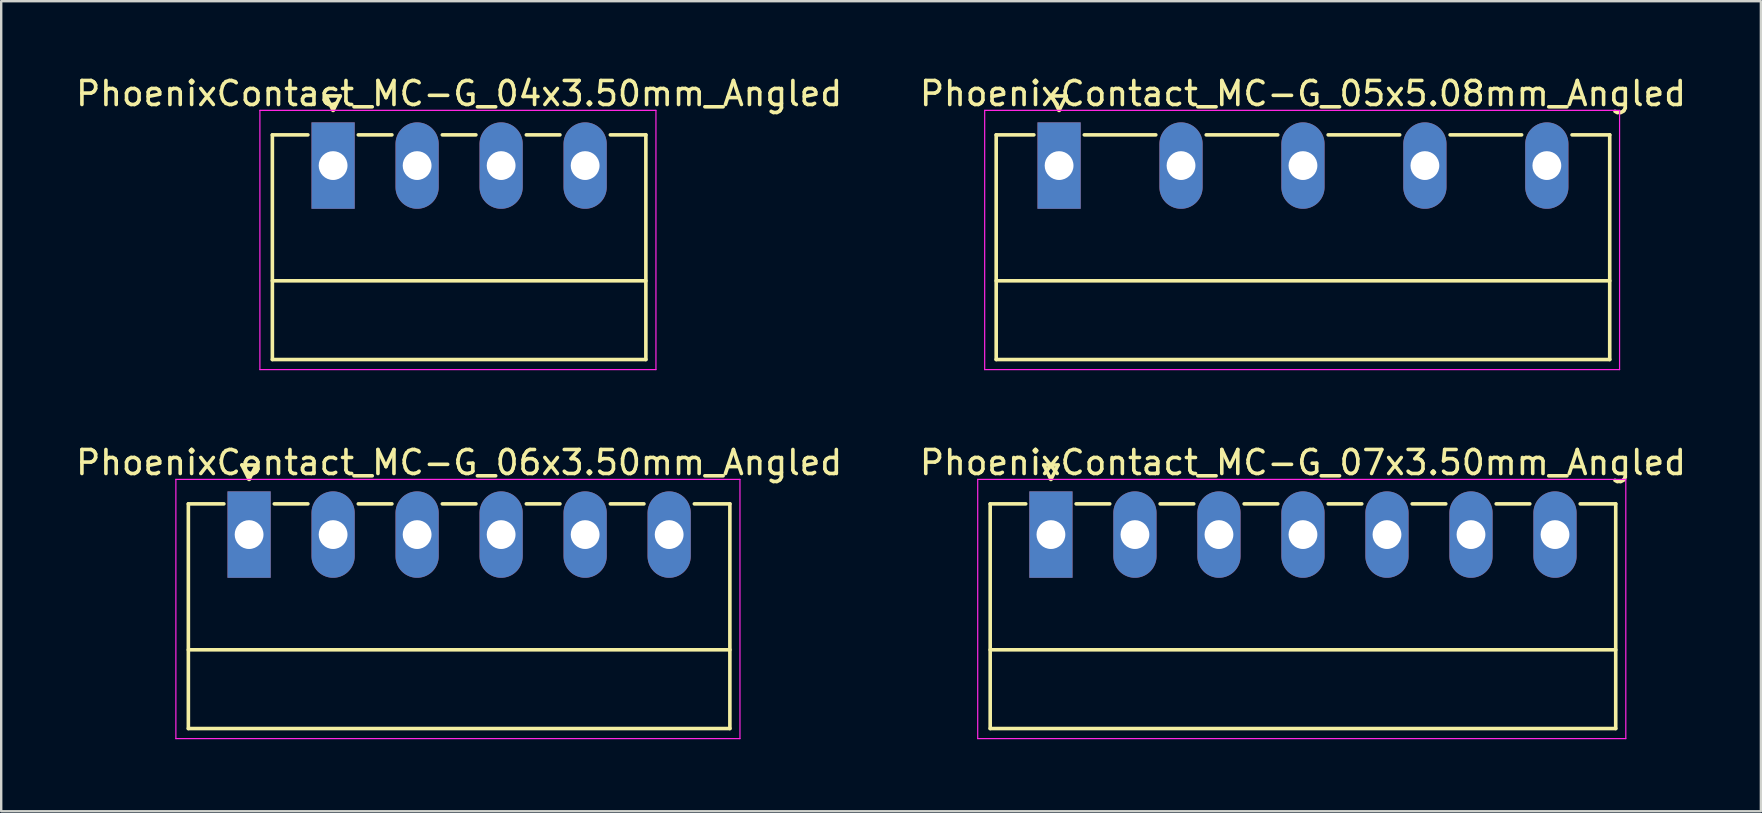
<source format=kicad_pcb>
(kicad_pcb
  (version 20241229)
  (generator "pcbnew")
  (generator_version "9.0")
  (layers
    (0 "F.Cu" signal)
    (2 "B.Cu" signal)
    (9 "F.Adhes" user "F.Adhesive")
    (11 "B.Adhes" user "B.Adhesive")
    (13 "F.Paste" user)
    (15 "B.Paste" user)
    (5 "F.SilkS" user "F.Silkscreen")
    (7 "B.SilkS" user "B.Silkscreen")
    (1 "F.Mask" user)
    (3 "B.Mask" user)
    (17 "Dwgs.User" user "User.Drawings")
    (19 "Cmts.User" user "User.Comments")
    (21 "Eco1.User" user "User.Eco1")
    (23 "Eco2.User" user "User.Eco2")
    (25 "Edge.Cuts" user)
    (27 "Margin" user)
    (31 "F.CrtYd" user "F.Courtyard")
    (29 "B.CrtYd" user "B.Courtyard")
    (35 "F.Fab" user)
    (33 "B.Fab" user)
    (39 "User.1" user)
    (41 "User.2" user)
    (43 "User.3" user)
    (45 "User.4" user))
  (footprint "PhoenixContact_MC-G_07x3.50mm_Angled"
    (layer "F.Cu")
    (at 40.732 19.221)
    (property "Reference" "PhoenixContact_MC-G_07x3.50mm_Angled" (at 10.5 -3 0) (layer "F.SilkS") (effects (font (size 1 1) (thickness 0.15))))
    (attr through_hole)
    (fp_line (start -2.53 -1.28) (end -2.53 8.08) (stroke (width 0.15) (type solid)) (layer "F.SilkS"))
    (fp_line (start -2.53 -1.28) (end -1.05 -1.28) (stroke (width 0.15) (type solid)) (layer "F.SilkS"))
    (fp_line (start -2.53 4.8) (end 23.53 4.8) (stroke (width 0.15) (type solid)) (layer "F.SilkS"))
    (fp_line (start -2.53 8.08) (end 23.53 8.08) (stroke (width 0.15) (type solid)) (layer "F.SilkS"))
    (fp_line (start -0.3 -2.9) (end 0 -2.3) (stroke (width 0.15) (type solid)) (layer "F.SilkS"))
    (fp_line (start 0 -2.3) (end 0.3 -2.9) (stroke (width 0.15) (type solid)) (layer "F.SilkS"))
    (fp_line (start 0.3 -2.9) (end -0.3 -2.9) (stroke (width 0.15) (type solid)) (layer "F.SilkS"))
    (fp_line (start 1.05 -1.28) (end 2.45 -1.28) (stroke (width 0.15) (type solid)) (layer "F.SilkS"))
    (fp_line (start 4.55 -1.28) (end 5.95 -1.28) (stroke (width 0.15) (type solid)) (layer "F.SilkS"))
    (fp_line (start 8.05 -1.28) (end 9.45 -1.28) (stroke (width 0.15) (type solid)) (layer "F.SilkS"))
    (fp_line (start 11.55 -1.28) (end 12.95 -1.28) (stroke (width 0.15) (type solid)) (layer "F.SilkS"))
    (fp_line (start 15.05 -1.28) (end 16.45 -1.28) (stroke (width 0.15) (type solid)) (layer "F.SilkS"))
    (fp_line (start 18.55 -1.28) (end 19.95 -1.28) (stroke (width 0.15) (type solid)) (layer "F.SilkS"))
    (fp_line (start 23.53 -1.28) (end 22.05 -1.28) (stroke (width 0.15) (type solid)) (layer "F.SilkS"))
    (fp_line (start 23.53 8.08) (end 23.53 -1.28) (stroke (width 0.15) (type solid)) (layer "F.SilkS"))
    (fp_line (start -3.05 -2.3) (end -3.05 8.5) (stroke (width 0.05) (type solid)) (layer "F.CrtYd"))
    (fp_line (start -3.05 8.5) (end 23.95 8.5) (stroke (width 0.05) (type solid)) (layer "F.CrtYd"))
    (fp_line (start 23.95 -2.3) (end -3.05 -2.3) (stroke (width 0.05) (type solid)) (layer "F.CrtYd"))
    (fp_line (start 23.95 8.5) (end 23.95 -2.3) (stroke (width 0.05) (type solid)) (layer "F.CrtYd"))
    (pad "1" thru_hole rect (at 0 0) (size 1.8 3.6) (drill 1.2) (layers "*.Cu" "*.Mask"))
    (pad "2" thru_hole oval (at 3.5 0) (size 1.8 3.6) (drill 1.2) (layers "*.Cu" "*.Mask"))
    (pad "3" thru_hole oval (at 7 0) (size 1.8 3.6) (drill 1.2) (layers "*.Cu" "*.Mask"))
    (pad "4" thru_hole oval (at 10.5 0) (size 1.8 3.6) (drill 1.2) (layers "*.Cu" "*.Mask"))
    (pad "5" thru_hole oval (at 14 0) (size 1.8 3.6) (drill 1.2) (layers "*.Cu" "*.Mask"))
    (pad "6" thru_hole oval (at 17.5 0) (size 1.8 3.6) (drill 1.2) (layers "*.Cu" "*.Mask"))
    (pad "7" thru_hole oval (at 21 0) (size 1.8 3.6) (drill 1.2) (layers "*.Cu" "*.Mask")))
  (footprint "PhoenixContact_MC-G_06x3.50mm_Angled"
    (layer "F.Cu")
    (at 7.327 19.221)
    (property "Reference" "PhoenixContact_MC-G_06x3.50mm_Angled" (at 8.75 -3 0) (layer "F.SilkS") (effects (font (size 1 1) (thickness 0.15))))
    (attr through_hole)
    (fp_line (start -2.53 -1.28) (end -2.53 8.08) (stroke (width 0.15) (type solid)) (layer "F.SilkS"))
    (fp_line (start -2.53 -1.28) (end -1.05 -1.28) (stroke (width 0.15) (type solid)) (layer "F.SilkS"))
    (fp_line (start -2.53 4.8) (end 20.03 4.8) (stroke (width 0.15) (type solid)) (layer "F.SilkS"))
    (fp_line (start -2.53 8.08) (end 20.03 8.08) (stroke (width 0.15) (type solid)) (layer "F.SilkS"))
    (fp_line (start -0.3 -2.9) (end 0 -2.3) (stroke (width 0.15) (type solid)) (layer "F.SilkS"))
    (fp_line (start 0 -2.3) (end 0.3 -2.9) (stroke (width 0.15) (type solid)) (layer "F.SilkS"))
    (fp_line (start 0.3 -2.9) (end -0.3 -2.9) (stroke (width 0.15) (type solid)) (layer "F.SilkS"))
    (fp_line (start 1.05 -1.28) (end 2.45 -1.28) (stroke (width 0.15) (type solid)) (layer "F.SilkS"))
    (fp_line (start 4.55 -1.28) (end 5.95 -1.28) (stroke (width 0.15) (type solid)) (layer "F.SilkS"))
    (fp_line (start 8.05 -1.28) (end 9.45 -1.28) (stroke (width 0.15) (type solid)) (layer "F.SilkS"))
    (fp_line (start 11.55 -1.28) (end 12.95 -1.28) (stroke (width 0.15) (type solid)) (layer "F.SilkS"))
    (fp_line (start 15.05 -1.28) (end 16.45 -1.28) (stroke (width 0.15) (type solid)) (layer "F.SilkS"))
    (fp_line (start 20.03 -1.28) (end 18.55 -1.28) (stroke (width 0.15) (type solid)) (layer "F.SilkS"))
    (fp_line (start 20.03 8.08) (end 20.03 -1.28) (stroke (width 0.15) (type solid)) (layer "F.SilkS"))
    (fp_line (start -3.05 -2.3) (end -3.05 8.5) (stroke (width 0.05) (type solid)) (layer "F.CrtYd"))
    (fp_line (start -3.05 8.5) (end 20.45 8.5) (stroke (width 0.05) (type solid)) (layer "F.CrtYd"))
    (fp_line (start 20.45 -2.3) (end -3.05 -2.3) (stroke (width 0.05) (type solid)) (layer "F.CrtYd"))
    (fp_line (start 20.45 8.5) (end 20.45 -2.3) (stroke (width 0.05) (type solid)) (layer "F.CrtYd"))
    (pad "1" thru_hole rect (at 0 0) (size 1.8 3.6) (drill 1.2) (layers "*.Cu" "*.Mask"))
    (pad "2" thru_hole oval (at 3.5 0) (size 1.8 3.6) (drill 1.2) (layers "*.Cu" "*.Mask"))
    (pad "3" thru_hole oval (at 7 0) (size 1.8 3.6) (drill 1.2) (layers "*.Cu" "*.Mask"))
    (pad "4" thru_hole oval (at 10.5 0) (size 1.8 3.6) (drill 1.2) (layers "*.Cu" "*.Mask"))
    (pad "5" thru_hole oval (at 14 0) (size 1.8 3.6) (drill 1.2) (layers "*.Cu" "*.Mask"))
    (pad "6" thru_hole oval (at 17.5 0) (size 1.8 3.6) (drill 1.2) (layers "*.Cu" "*.Mask")))
  (footprint "PhoenixContact_MC-G_04x3.50mm_Angled"
    (layer "F.Cu")
    (at 10.827 3.848)
    (property "Reference" "PhoenixContact_MC-G_04x3.50mm_Angled" (at 5.25 -3 0) (layer "F.SilkS") (effects (font (size 1 1) (thickness 0.15))))
    (attr through_hole)
    (fp_line (start -2.53 -1.28) (end -2.53 8.08) (stroke (width 0.15) (type solid)) (layer "F.SilkS"))
    (fp_line (start -2.53 -1.28) (end -1.05 -1.28) (stroke (width 0.15) (type solid)) (layer "F.SilkS"))
    (fp_line (start -2.53 4.8) (end 13.03 4.8) (stroke (width 0.15) (type solid)) (layer "F.SilkS"))
    (fp_line (start -2.53 8.08) (end 13.03 8.08) (stroke (width 0.15) (type solid)) (layer "F.SilkS"))
    (fp_line (start -0.3 -2.9) (end 0 -2.3) (stroke (width 0.15) (type solid)) (layer "F.SilkS"))
    (fp_line (start 0 -2.3) (end 0.3 -2.9) (stroke (width 0.15) (type solid)) (layer "F.SilkS"))
    (fp_line (start 0.3 -2.9) (end -0.3 -2.9) (stroke (width 0.15) (type solid)) (layer "F.SilkS"))
    (fp_line (start 1.05 -1.28) (end 2.45 -1.28) (stroke (width 0.15) (type solid)) (layer "F.SilkS"))
    (fp_line (start 4.55 -1.28) (end 5.95 -1.28) (stroke (width 0.15) (type solid)) (layer "F.SilkS"))
    (fp_line (start 8.05 -1.28) (end 9.45 -1.28) (stroke (width 0.15) (type solid)) (layer "F.SilkS"))
    (fp_line (start 13.03 -1.28) (end 11.55 -1.28) (stroke (width 0.15) (type solid)) (layer "F.SilkS"))
    (fp_line (start 13.03 8.08) (end 13.03 -1.28) (stroke (width 0.15) (type solid)) (layer "F.SilkS"))
    (fp_line (start -3.05 -2.3) (end -3.05 8.5) (stroke (width 0.05) (type solid)) (layer "F.CrtYd"))
    (fp_line (start -3.05 8.5) (end 13.45 8.5) (stroke (width 0.05) (type solid)) (layer "F.CrtYd"))
    (fp_line (start 13.45 -2.3) (end -3.05 -2.3) (stroke (width 0.05) (type solid)) (layer "F.CrtYd"))
    (fp_line (start 13.45 8.5) (end 13.45 -2.3) (stroke (width 0.05) (type solid)) (layer "F.CrtYd"))
    (pad "1" thru_hole rect (at 0 0) (size 1.8 3.6) (drill 1.2) (layers "*.Cu" "*.Mask"))
    (pad "2" thru_hole oval (at 3.5 0) (size 1.8 3.6) (drill 1.2) (layers "*.Cu" "*.Mask"))
    (pad "3" thru_hole oval (at 7 0) (size 1.8 3.6) (drill 1.2) (layers "*.Cu" "*.Mask"))
    (pad "4" thru_hole oval (at 10.5 0) (size 1.8 3.6) (drill 1.2) (layers "*.Cu" "*.Mask")))
  (footprint "PhoenixContact_MC-G_05x5.08mm_Angled"
    (layer "F.Cu")
    (at 41.072 3.848)
    (property "Reference" "PhoenixContact_MC-G_05x5.08mm_Angled" (at 10.16 -3 0) (layer "F.SilkS") (effects (font (size 1 1) (thickness 0.15))))
    (attr through_hole)
    (fp_line (start -2.62 -1.28) (end -2.62 8.08) (stroke (width 0.15) (type solid)) (layer "F.SilkS"))
    (fp_line (start -2.62 -1.28) (end -1.05 -1.28) (stroke (width 0.15) (type solid)) (layer "F.SilkS"))
    (fp_line (start -2.62 4.8) (end 22.94 4.8) (stroke (width 0.15) (type solid)) (layer "F.SilkS"))
    (fp_line (start -2.62 8.08) (end 22.94 8.08) (stroke (width 0.15) (type solid)) (layer "F.SilkS"))
    (fp_line (start -0.3 -2.9) (end 0 -2.3) (stroke (width 0.15) (type solid)) (layer "F.SilkS"))
    (fp_line (start 0 -2.3) (end 0.3 -2.9) (stroke (width 0.15) (type solid)) (layer "F.SilkS"))
    (fp_line (start 0.3 -2.9) (end -0.3 -2.9) (stroke (width 0.15) (type solid)) (layer "F.SilkS"))
    (fp_line (start 1.05 -1.28) (end 4.03 -1.28) (stroke (width 0.15) (type solid)) (layer "F.SilkS"))
    (fp_line (start 6.13 -1.28) (end 9.11 -1.28) (stroke (width 0.15) (type solid)) (layer "F.SilkS"))
    (fp_line (start 11.21 -1.28) (end 14.19 -1.28) (stroke (width 0.15) (type solid)) (layer "F.SilkS"))
    (fp_line (start 16.29 -1.28) (end 19.27 -1.28) (stroke (width 0.15) (type solid)) (layer "F.SilkS"))
    (fp_line (start 22.94 -1.28) (end 21.37 -1.28) (stroke (width 0.15) (type solid)) (layer "F.SilkS"))
    (fp_line (start 22.94 8.08) (end 22.94 -1.28) (stroke (width 0.15) (type solid)) (layer "F.SilkS"))
    (fp_line (start -3.1 -2.3) (end -3.1 8.5) (stroke (width 0.05) (type solid)) (layer "F.CrtYd"))
    (fp_line (start -3.1 8.5) (end 23.35 8.5) (stroke (width 0.05) (type solid)) (layer "F.CrtYd"))
    (fp_line (start 23.35 -2.3) (end -3.1 -2.3) (stroke (width 0.05) (type solid)) (layer "F.CrtYd"))
    (fp_line (start 23.35 8.5) (end 23.35 -2.3) (stroke (width 0.05) (type solid)) (layer "F.CrtYd"))
    (pad "1" thru_hole rect (at 0 0) (size 1.8 3.6) (drill 1.2) (layers "*.Cu" "*.Mask"))
    (pad "2" thru_hole oval (at 5.08 0) (size 1.8 3.6) (drill 1.2) (layers "*.Cu" "*.Mask"))
    (pad "3" thru_hole oval (at 10.16 0) (size 1.8 3.6) (drill 1.2) (layers "*.Cu" "*.Mask"))
    (pad "4" thru_hole oval (at 15.24 0) (size 1.8 3.6) (drill 1.2) (layers "*.Cu" "*.Mask"))
    (pad "5" thru_hole oval (at 20.32 0) (size 1.8 3.6) (drill 1.2) (layers "*.Cu" "*.Mask")))
  (gr_rect
    (start -3 -3)
    (end 70.31 30.747)
    (stroke (width 0.1) (type default))
    (fill no)
    (layer "Edge.Cuts")))
</source>
